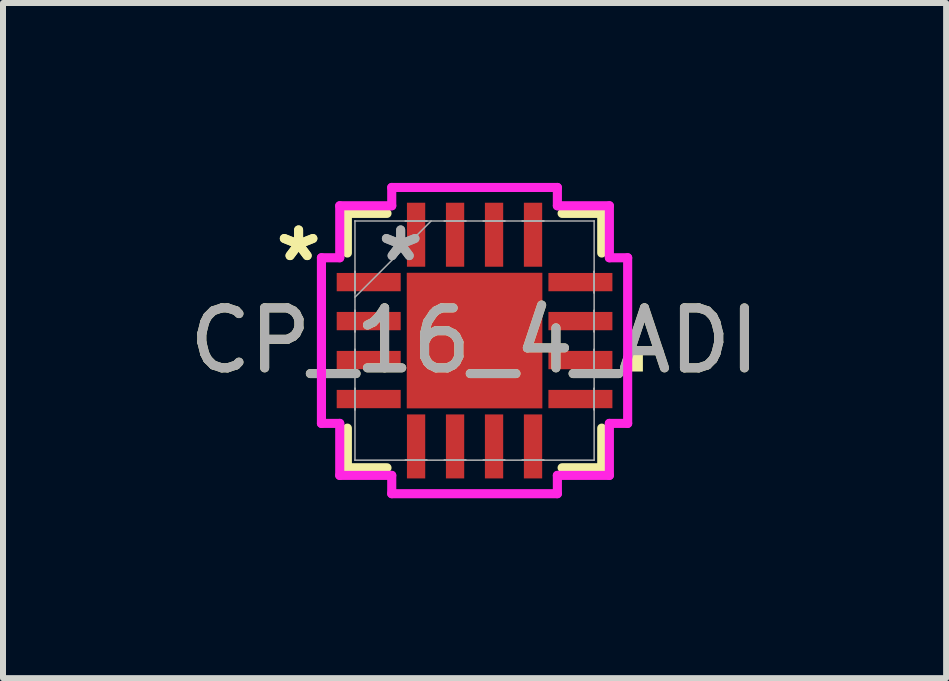
<source format=kicad_pcb>
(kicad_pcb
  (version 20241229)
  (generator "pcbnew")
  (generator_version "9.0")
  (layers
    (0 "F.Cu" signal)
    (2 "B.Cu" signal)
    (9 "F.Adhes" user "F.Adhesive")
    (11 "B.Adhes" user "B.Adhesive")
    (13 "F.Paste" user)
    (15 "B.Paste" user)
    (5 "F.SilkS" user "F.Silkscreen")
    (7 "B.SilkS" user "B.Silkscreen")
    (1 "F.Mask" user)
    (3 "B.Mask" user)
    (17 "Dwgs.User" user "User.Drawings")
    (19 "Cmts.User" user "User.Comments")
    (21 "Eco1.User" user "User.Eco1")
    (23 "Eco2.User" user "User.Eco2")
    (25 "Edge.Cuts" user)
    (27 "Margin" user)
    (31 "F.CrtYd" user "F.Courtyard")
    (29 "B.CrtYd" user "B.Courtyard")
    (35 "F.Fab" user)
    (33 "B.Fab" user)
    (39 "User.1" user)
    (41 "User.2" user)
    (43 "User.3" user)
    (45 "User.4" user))
  (footprint "CP_16_4_ADI"
    (layer "F.Cu")
    (at 4.863 2.629)
    (property "Reference" "CP_16_4_ADI" (at 0 0 0) (unlocked yes) (layer "F.SilkS") (effects (font (size 1 1) (thickness 0.15))))
    (attr smd)
    (fp_line (start -2.121 -2.121) (end -2.121 -1.46) (stroke (width 0.152) (type solid)) (layer "F.SilkS"))
    (fp_line (start -2.121 1.46) (end -2.121 2.121) (stroke (width 0.152) (type solid)) (layer "F.SilkS"))
    (fp_line (start -2.121 2.121) (end -1.46 2.121) (stroke (width 0.152) (type solid)) (layer "F.SilkS"))
    (fp_line (start -1.46 -2.121) (end -2.121 -2.121) (stroke (width 0.152) (type solid)) (layer "F.SilkS"))
    (fp_line (start 1.46 2.121) (end 2.121 2.121) (stroke (width 0.152) (type solid)) (layer "F.SilkS"))
    (fp_line (start 2.121 -2.121) (end 1.46 -2.121) (stroke (width 0.152) (type solid)) (layer "F.SilkS"))
    (fp_line (start 2.121 -1.46) (end 2.121 -2.121) (stroke (width 0.152) (type solid)) (layer "F.SilkS"))
    (fp_line (start 2.121 2.121) (end 2.121 1.46) (stroke (width 0.152) (type solid)) (layer "F.SilkS"))
    (fp_poly (pts (xy 2.807 0.135) (xy 2.807 0.516) (xy 2.553 0.516) (xy 2.553 0.135)) (stroke (width 0) (type solid)) (fill yes) (layer "F.SilkS"))
    (fp_line (start -2.553 -1.381) (end -2.248 -1.381) (stroke (width 0.152) (type solid)) (layer "F.CrtYd"))
    (fp_line (start -2.553 1.381) (end -2.553 -1.381) (stroke (width 0.152) (type solid)) (layer "F.CrtYd"))
    (fp_line (start -2.248 -2.248) (end -1.381 -2.248) (stroke (width 0.152) (type solid)) (layer "F.CrtYd"))
    (fp_line (start -2.248 -1.381) (end -2.248 -2.248) (stroke (width 0.152) (type solid)) (layer "F.CrtYd"))
    (fp_line (start -2.248 1.381) (end -2.553 1.381) (stroke (width 0.152) (type solid)) (layer "F.CrtYd"))
    (fp_line (start -2.248 2.248) (end -2.248 1.381) (stroke (width 0.152) (type solid)) (layer "F.CrtYd"))
    (fp_line (start -1.381 -2.553) (end 1.381 -2.553) (stroke (width 0.152) (type solid)) (layer "F.CrtYd"))
    (fp_line (start -1.381 -2.248) (end -1.381 -2.553) (stroke (width 0.152) (type solid)) (layer "F.CrtYd"))
    (fp_line (start -1.381 2.248) (end -2.248 2.248) (stroke (width 0.152) (type solid)) (layer "F.CrtYd"))
    (fp_line (start -1.381 2.553) (end -1.381 2.248) (stroke (width 0.152) (type solid)) (layer "F.CrtYd"))
    (fp_line (start 1.381 -2.553) (end 1.381 -2.248) (stroke (width 0.152) (type solid)) (layer "F.CrtYd"))
    (fp_line (start 1.381 -2.248) (end 2.248 -2.248) (stroke (width 0.152) (type solid)) (layer "F.CrtYd"))
    (fp_line (start 1.381 2.248) (end 1.381 2.553) (stroke (width 0.152) (type solid)) (layer "F.CrtYd"))
    (fp_line (start 1.381 2.553) (end -1.381 2.553) (stroke (width 0.152) (type solid)) (layer "F.CrtYd"))
    (fp_line (start 2.248 -2.248) (end 2.248 -1.381) (stroke (width 0.152) (type solid)) (layer "F.CrtYd"))
    (fp_line (start 2.248 -1.381) (end 2.553 -1.381) (stroke (width 0.152) (type solid)) (layer "F.CrtYd"))
    (fp_line (start 2.248 1.381) (end 2.248 2.248) (stroke (width 0.152) (type solid)) (layer "F.CrtYd"))
    (fp_line (start 2.248 2.248) (end 1.381 2.248) (stroke (width 0.152) (type solid)) (layer "F.CrtYd"))
    (fp_line (start 2.553 -1.381) (end 2.553 1.381) (stroke (width 0.152) (type solid)) (layer "F.CrtYd"))
    (fp_line (start 2.553 1.381) (end 2.248 1.381) (stroke (width 0.152) (type solid)) (layer "F.CrtYd"))
    (fp_line (start -1.994 -1.994) (end -1.994 -1.994) (stroke (width 0.025) (type solid)) (layer "F.Fab"))
    (fp_line (start -1.994 -1.994) (end -1.994 1.994) (stroke (width 0.025) (type solid)) (layer "F.Fab"))
    (fp_line (start -1.994 -1.153) (end -1.994 -1.153) (stroke (width 0.025) (type solid)) (layer "F.Fab"))
    (fp_line (start -1.994 -1.153) (end -1.994 -0.797) (stroke (width 0.025) (type solid)) (layer "F.Fab"))
    (fp_line (start -1.994 -0.797) (end -1.994 -1.153) (stroke (width 0.025) (type solid)) (layer "F.Fab"))
    (fp_line (start -1.994 -0.797) (end -1.994 -0.797) (stroke (width 0.025) (type solid)) (layer "F.Fab"))
    (fp_line (start -1.994 -0.724) (end -0.724 -1.994) (stroke (width 0.025) (type solid)) (layer "F.Fab"))
    (fp_line (start -1.994 -0.503) (end -1.994 -0.503) (stroke (width 0.025) (type solid)) (layer "F.Fab"))
    (fp_line (start -1.994 -0.503) (end -1.994 -0.147) (stroke (width 0.025) (type solid)) (layer "F.Fab"))
    (fp_line (start -1.994 -0.147) (end -1.994 -0.503) (stroke (width 0.025) (type solid)) (layer "F.Fab"))
    (fp_line (start -1.994 -0.147) (end -1.994 -0.147) (stroke (width 0.025) (type solid)) (layer "F.Fab"))
    (fp_line (start -1.994 0.147) (end -1.994 0.147) (stroke (width 0.025) (type solid)) (layer "F.Fab"))
    (fp_line (start -1.994 0.147) (end -1.994 0.503) (stroke (width 0.025) (type solid)) (layer "F.Fab"))
    (fp_line (start -1.994 0.503) (end -1.994 0.147) (stroke (width 0.025) (type solid)) (layer "F.Fab"))
    (fp_line (start -1.994 0.503) (end -1.994 0.503) (stroke (width 0.025) (type solid)) (layer "F.Fab"))
    (fp_line (start -1.994 0.797) (end -1.994 0.797) (stroke (width 0.025) (type solid)) (layer "F.Fab"))
    (fp_line (start -1.994 0.797) (end -1.994 1.153) (stroke (width 0.025) (type solid)) (layer "F.Fab"))
    (fp_line (start -1.994 1.153) (end -1.994 0.797) (stroke (width 0.025) (type solid)) (layer "F.Fab"))
    (fp_line (start -1.994 1.153) (end -1.994 1.153) (stroke (width 0.025) (type solid)) (layer "F.Fab"))
    (fp_line (start -1.994 1.994) (end -1.994 1.994) (stroke (width 0.025) (type solid)) (layer "F.Fab"))
    (fp_line (start -1.994 1.994) (end 1.994 1.994) (stroke (width 0.025) (type solid)) (layer "F.Fab"))
    (fp_line (start -1.153 -1.994) (end -1.153 -1.994) (stroke (width 0.025) (type solid)) (layer "F.Fab"))
    (fp_line (start -1.153 -1.994) (end -0.797 -1.994) (stroke (width 0.025) (type solid)) (layer "F.Fab"))
    (fp_line (start -1.153 1.994) (end -1.153 1.994) (stroke (width 0.025) (type solid)) (layer "F.Fab"))
    (fp_line (start -1.153 1.994) (end -0.797 1.994) (stroke (width 0.025) (type solid)) (layer "F.Fab"))
    (fp_line (start -0.797 -1.994) (end -1.153 -1.994) (stroke (width 0.025) (type solid)) (layer "F.Fab"))
    (fp_line (start -0.797 -1.994) (end -0.797 -1.994) (stroke (width 0.025) (type solid)) (layer "F.Fab"))
    (fp_line (start -0.797 1.994) (end -1.153 1.994) (stroke (width 0.025) (type solid)) (layer "F.Fab"))
    (fp_line (start -0.797 1.994) (end -0.797 1.994) (stroke (width 0.025) (type solid)) (layer "F.Fab"))
    (fp_line (start -0.503 -1.994) (end -0.503 -1.994) (stroke (width 0.025) (type solid)) (layer "F.Fab"))
    (fp_line (start -0.503 -1.994) (end -0.147 -1.994) (stroke (width 0.025) (type solid)) (layer "F.Fab"))
    (fp_line (start -0.503 1.994) (end -0.503 1.994) (stroke (width 0.025) (type solid)) (layer "F.Fab"))
    (fp_line (start -0.503 1.994) (end -0.147 1.994) (stroke (width 0.025) (type solid)) (layer "F.Fab"))
    (fp_line (start -0.147 -1.994) (end -0.503 -1.994) (stroke (width 0.025) (type solid)) (layer "F.Fab"))
    (fp_line (start -0.147 -1.994) (end -0.147 -1.994) (stroke (width 0.025) (type solid)) (layer "F.Fab"))
    (fp_line (start -0.147 1.994) (end -0.503 1.994) (stroke (width 0.025) (type solid)) (layer "F.Fab"))
    (fp_line (start -0.147 1.994) (end -0.147 1.994) (stroke (width 0.025) (type solid)) (layer "F.Fab"))
    (fp_line (start 0.147 -1.994) (end 0.147 -1.994) (stroke (width 0.025) (type solid)) (layer "F.Fab"))
    (fp_line (start 0.147 -1.994) (end 0.503 -1.994) (stroke (width 0.025) (type solid)) (layer "F.Fab"))
    (fp_line (start 0.147 1.994) (end 0.147 1.994) (stroke (width 0.025) (type solid)) (layer "F.Fab"))
    (fp_line (start 0.147 1.994) (end 0.503 1.994) (stroke (width 0.025) (type solid)) (layer "F.Fab"))
    (fp_line (start 0.503 -1.994) (end 0.147 -1.994) (stroke (width 0.025) (type solid)) (layer "F.Fab"))
    (fp_line (start 0.503 -1.994) (end 0.503 -1.994) (stroke (width 0.025) (type solid)) (layer "F.Fab"))
    (fp_line (start 0.503 1.994) (end 0.147 1.994) (stroke (width 0.025) (type solid)) (layer "F.Fab"))
    (fp_line (start 0.503 1.994) (end 0.503 1.994) (stroke (width 0.025) (type solid)) (layer "F.Fab"))
    (fp_line (start 0.797 -1.994) (end 0.797 -1.994) (stroke (width 0.025) (type solid)) (layer "F.Fab"))
    (fp_line (start 0.797 -1.994) (end 1.153 -1.994) (stroke (width 0.025) (type solid)) (layer "F.Fab"))
    (fp_line (start 0.797 1.994) (end 0.797 1.994) (stroke (width 0.025) (type solid)) (layer "F.Fab"))
    (fp_line (start 0.797 1.994) (end 1.153 1.994) (stroke (width 0.025) (type solid)) (layer "F.Fab"))
    (fp_line (start 1.153 -1.994) (end 0.797 -1.994) (stroke (width 0.025) (type solid)) (layer "F.Fab"))
    (fp_line (start 1.153 -1.994) (end 1.153 -1.994) (stroke (width 0.025) (type solid)) (layer "F.Fab"))
    (fp_line (start 1.153 1.994) (end 0.797 1.994) (stroke (width 0.025) (type solid)) (layer "F.Fab"))
    (fp_line (start 1.153 1.994) (end 1.153 1.994) (stroke (width 0.025) (type solid)) (layer "F.Fab"))
    (fp_line (start 1.994 -1.994) (end -1.994 -1.994) (stroke (width 0.025) (type solid)) (layer "F.Fab"))
    (fp_line (start 1.994 -1.994) (end 1.994 -1.994) (stroke (width 0.025) (type solid)) (layer "F.Fab"))
    (fp_line (start 1.994 -1.153) (end 1.994 -1.153) (stroke (width 0.025) (type solid)) (layer "F.Fab"))
    (fp_line (start 1.994 -1.153) (end 1.994 -0.797) (stroke (width 0.025) (type solid)) (layer "F.Fab"))
    (fp_line (start 1.994 -0.797) (end 1.994 -1.153) (stroke (width 0.025) (type solid)) (layer "F.Fab"))
    (fp_line (start 1.994 -0.797) (end 1.994 -0.797) (stroke (width 0.025) (type solid)) (layer "F.Fab"))
    (fp_line (start 1.994 -0.503) (end 1.994 -0.503) (stroke (width 0.025) (type solid)) (layer "F.Fab"))
    (fp_line (start 1.994 -0.503) (end 1.994 -0.147) (stroke (width 0.025) (type solid)) (layer "F.Fab"))
    (fp_line (start 1.994 -0.147) (end 1.994 -0.503) (stroke (width 0.025) (type solid)) (layer "F.Fab"))
    (fp_line (start 1.994 -0.147) (end 1.994 -0.147) (stroke (width 0.025) (type solid)) (layer "F.Fab"))
    (fp_line (start 1.994 0.147) (end 1.994 0.147) (stroke (width 0.025) (type solid)) (layer "F.Fab"))
    (fp_line (start 1.994 0.147) (end 1.994 0.503) (stroke (width 0.025) (type solid)) (layer "F.Fab"))
    (fp_line (start 1.994 0.503) (end 1.994 0.147) (stroke (width 0.025) (type solid)) (layer "F.Fab"))
    (fp_line (start 1.994 0.503) (end 1.994 0.503) (stroke (width 0.025) (type solid)) (layer "F.Fab"))
    (fp_line (start 1.994 0.797) (end 1.994 0.797) (stroke (width 0.025) (type solid)) (layer "F.Fab"))
    (fp_line (start 1.994 0.797) (end 1.994 1.153) (stroke (width 0.025) (type solid)) (layer "F.Fab"))
    (fp_line (start 1.994 1.153) (end 1.994 0.797) (stroke (width 0.025) (type solid)) (layer "F.Fab"))
    (fp_line (start 1.994 1.153) (end 1.994 1.153) (stroke (width 0.025) (type solid)) (layer "F.Fab"))
    (fp_line (start 1.994 1.994) (end 1.994 -1.994) (stroke (width 0.025) (type solid)) (layer "F.Fab"))
    (fp_line (start 1.994 1.994) (end 1.994 1.994) (stroke (width 0.025) (type solid)) (layer "F.Fab"))
    (fp_text user "*" (at -2.934 -1.3 0) (layer "F.SilkS") (effects (font (size 1 1) (thickness 0.15))))
    (fp_text user "*" (at -2.934 -1.3 0) (unlocked yes) (layer "F.SilkS") (effects (font (size 1 1) (thickness 0.15))))
    (fp_text user "${REFERENCE}" (at 0 0 0) (unlocked yes) (layer "F.Fab") (effects (font (size 1 1) (thickness 0.15))))
    (fp_text user "*" (at -1.232 -1.3 0) (layer "F.Fab") (effects (font (size 1 1) (thickness 0.15))))
    (fp_text user "*" (at -1.232 -1.3 0) (unlocked yes) (layer "F.Fab") (effects (font (size 1 1) (thickness 0.15))))
    (pad "1" smd rect (at -1.765 -0.975 90) (size 0.305 1.067) (layers "F.Cu" "F.Mask" "F.Paste"))
    (pad "2" smd rect (at -1.765 -0.325 90) (size 0.305 1.067) (layers "F.Cu" "F.Mask" "F.Paste"))
    (pad "3" smd rect (at -1.765 0.325 90) (size 0.305 1.067) (layers "F.Cu" "F.Mask" "F.Paste"))
    (pad "4" smd rect (at -1.765 0.975 90) (size 0.305 1.067) (layers "F.Cu" "F.Mask" "F.Paste"))
    (pad "5" smd rect (at -0.975 1.765) (size 0.305 1.067) (layers "F.Cu" "F.Mask" "F.Paste"))
    (pad "6" smd rect (at -0.325 1.765) (size 0.305 1.067) (layers "F.Cu" "F.Mask" "F.Paste"))
    (pad "7" smd rect (at 0.325 1.765) (size 0.305 1.067) (layers "F.Cu" "F.Mask" "F.Paste"))
    (pad "8" smd rect (at 0.975 1.765) (size 0.305 1.067) (layers "F.Cu" "F.Mask" "F.Paste"))
    (pad "9" smd rect (at 1.765 0.975 90) (size 0.305 1.067) (layers "F.Cu" "F.Mask" "F.Paste"))
    (pad "10" smd rect (at 1.765 0.325 90) (size 0.305 1.067) (layers "F.Cu" "F.Mask" "F.Paste"))
    (pad "11" smd rect (at 1.765 -0.325 90) (size 0.305 1.067) (layers "F.Cu" "F.Mask" "F.Paste"))
    (pad "12" smd rect (at 1.765 -0.975 90) (size 0.305 1.067) (layers "F.Cu" "F.Mask" "F.Paste"))
    (pad "13" smd rect (at 0.975 -1.765) (size 0.305 1.067) (layers "F.Cu" "F.Mask" "F.Paste"))
    (pad "14" smd rect (at 0.325 -1.765) (size 0.305 1.067) (layers "F.Cu" "F.Mask" "F.Paste"))
    (pad "15" smd rect (at -0.325 -1.765) (size 0.305 1.067) (layers "F.Cu" "F.Mask" "F.Paste"))
    (pad "16" smd rect (at -0.975 -1.765) (size 0.305 1.067) (layers "F.Cu" "F.Mask" "F.Paste"))
    (pad "17" smd rect (at 0 0) (size 2.261 2.261) (layers "F.Cu" "F.Mask" "F.Paste")))
  (gr_rect
    (start -3 -3)
    (end 12.726 8.258)
    (stroke (width 0.1) (type default))
    (fill no)
    (layer "Edge.Cuts")))
</source>
